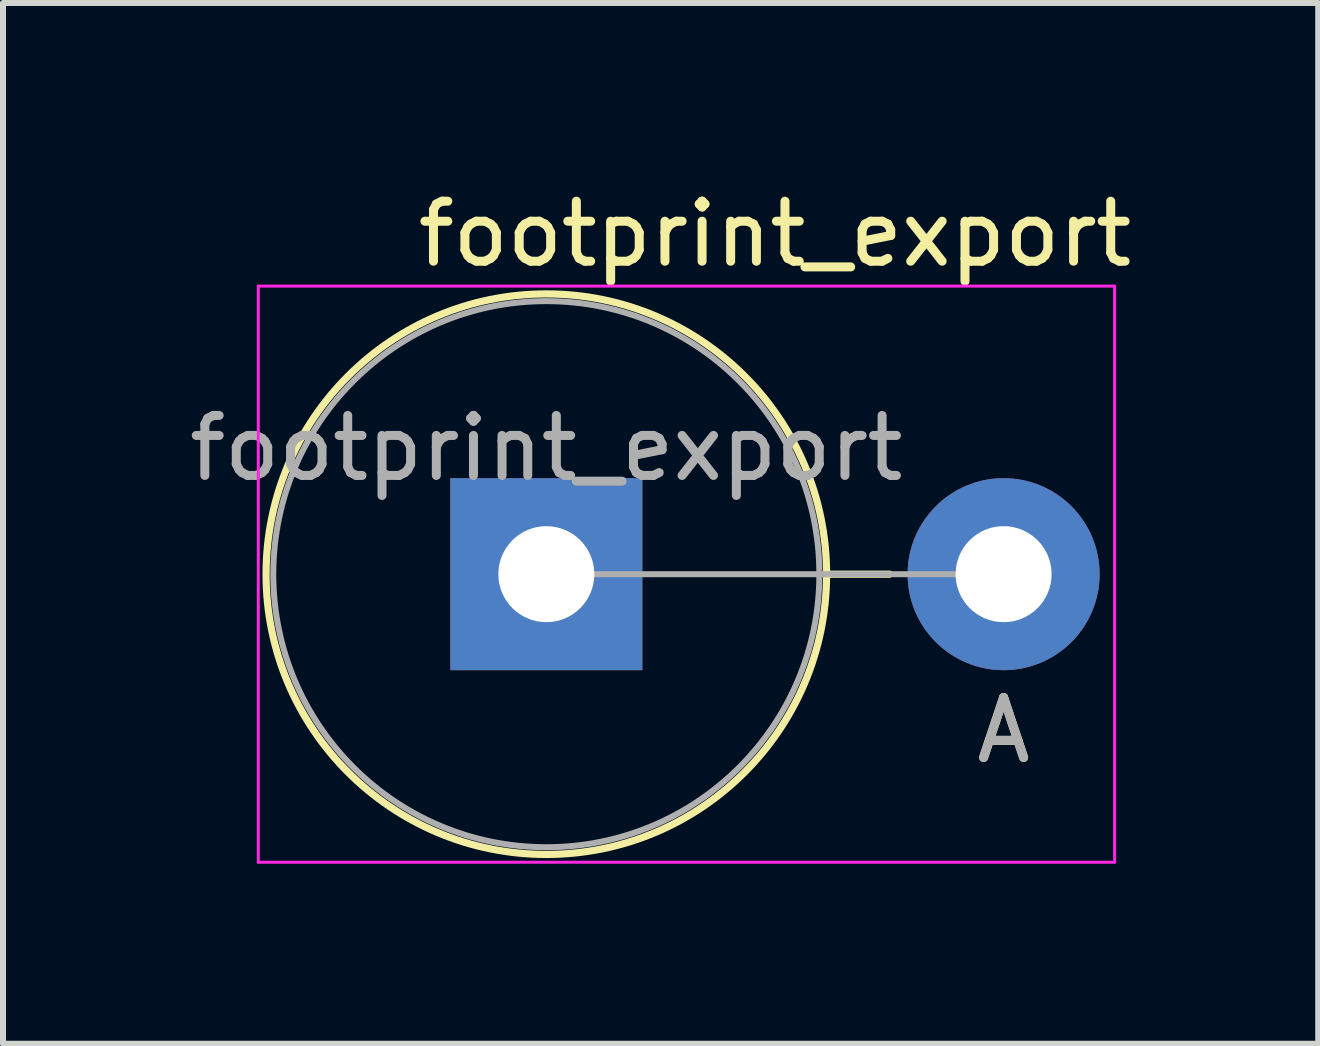
<source format=kicad_pcb>
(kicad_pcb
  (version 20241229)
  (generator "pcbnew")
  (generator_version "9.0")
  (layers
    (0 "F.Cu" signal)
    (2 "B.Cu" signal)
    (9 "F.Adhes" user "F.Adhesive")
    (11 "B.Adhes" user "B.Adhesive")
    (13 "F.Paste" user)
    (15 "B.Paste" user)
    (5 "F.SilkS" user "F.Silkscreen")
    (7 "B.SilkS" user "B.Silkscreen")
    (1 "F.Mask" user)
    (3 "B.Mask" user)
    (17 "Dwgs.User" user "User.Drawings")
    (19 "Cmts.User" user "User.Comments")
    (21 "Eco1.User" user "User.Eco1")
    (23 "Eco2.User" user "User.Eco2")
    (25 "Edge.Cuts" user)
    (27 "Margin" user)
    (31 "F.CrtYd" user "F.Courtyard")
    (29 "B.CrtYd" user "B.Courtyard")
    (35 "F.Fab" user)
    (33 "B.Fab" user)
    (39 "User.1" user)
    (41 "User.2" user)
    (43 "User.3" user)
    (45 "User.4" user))
  (footprint "footprint_export"
    (layer "F.Cu")
    (at 6.054 6.518)
    (property "Reference" "footprint_export" (at 3.81 -5.67 0) (layer "F.SilkS") (effects (font (size 1 1) (thickness 0.15))))
    (attr through_hole)
    (fp_line (start 4.67 0) (end 5.72 0) (stroke (width 0.12) (type solid)) (layer "F.SilkS"))
    (fp_circle (center 0 0) (end 4.67 0) (stroke (width 0.12) (type solid)) (fill no) (layer "F.SilkS"))
    (fp_line (start -4.8 -4.8) (end -4.8 4.8) (stroke (width 0.05) (type solid)) (layer "F.CrtYd"))
    (fp_line (start -4.8 4.8) (end 9.47 4.8) (stroke (width 0.05) (type solid)) (layer "F.CrtYd"))
    (fp_line (start 9.47 -4.8) (end -4.8 -4.8) (stroke (width 0.05) (type solid)) (layer "F.CrtYd"))
    (fp_line (start 9.47 4.8) (end 9.47 -4.8) (stroke (width 0.05) (type solid)) (layer "F.CrtYd"))
    (fp_line (start 0 0) (end 7.62 0) (stroke (width 0.1) (type solid)) (layer "F.Fab"))
    (fp_circle (center 0 0) (end 4.55 0) (stroke (width 0.1) (type solid)) (fill no) (layer "F.Fab"))
    (fp_text user "A" (at 7.62 2.6 0) (layer "F.SilkS") (effects (font (size 1 1) (thickness 0.15))))
    (fp_text user "A" (at 7.62 2.6 0) (layer "F.Fab") (effects (font (size 1 1) (thickness 0.15))))
    (fp_text user "${REFERENCE}" (at 0 -2.1 0) (layer "F.Fab") (effects (font (size 1 1) (thickness 0.15))))
    (pad "1" thru_hole rect (at 0 0) (size 3.2 3.2) (drill 1.6) (layers "*.Cu" "*.Mask"))
    (pad "2" thru_hole oval (at 7.62 0) (size 3.2 3.2) (drill 1.6) (layers "*.Cu" "*.Mask")))
  (gr_rect
    (start -3 -3)
    (end 18.917 14.343)
    (stroke (width 0.1) (type default))
    (fill no)
    (layer "Edge.Cuts")))
</source>
